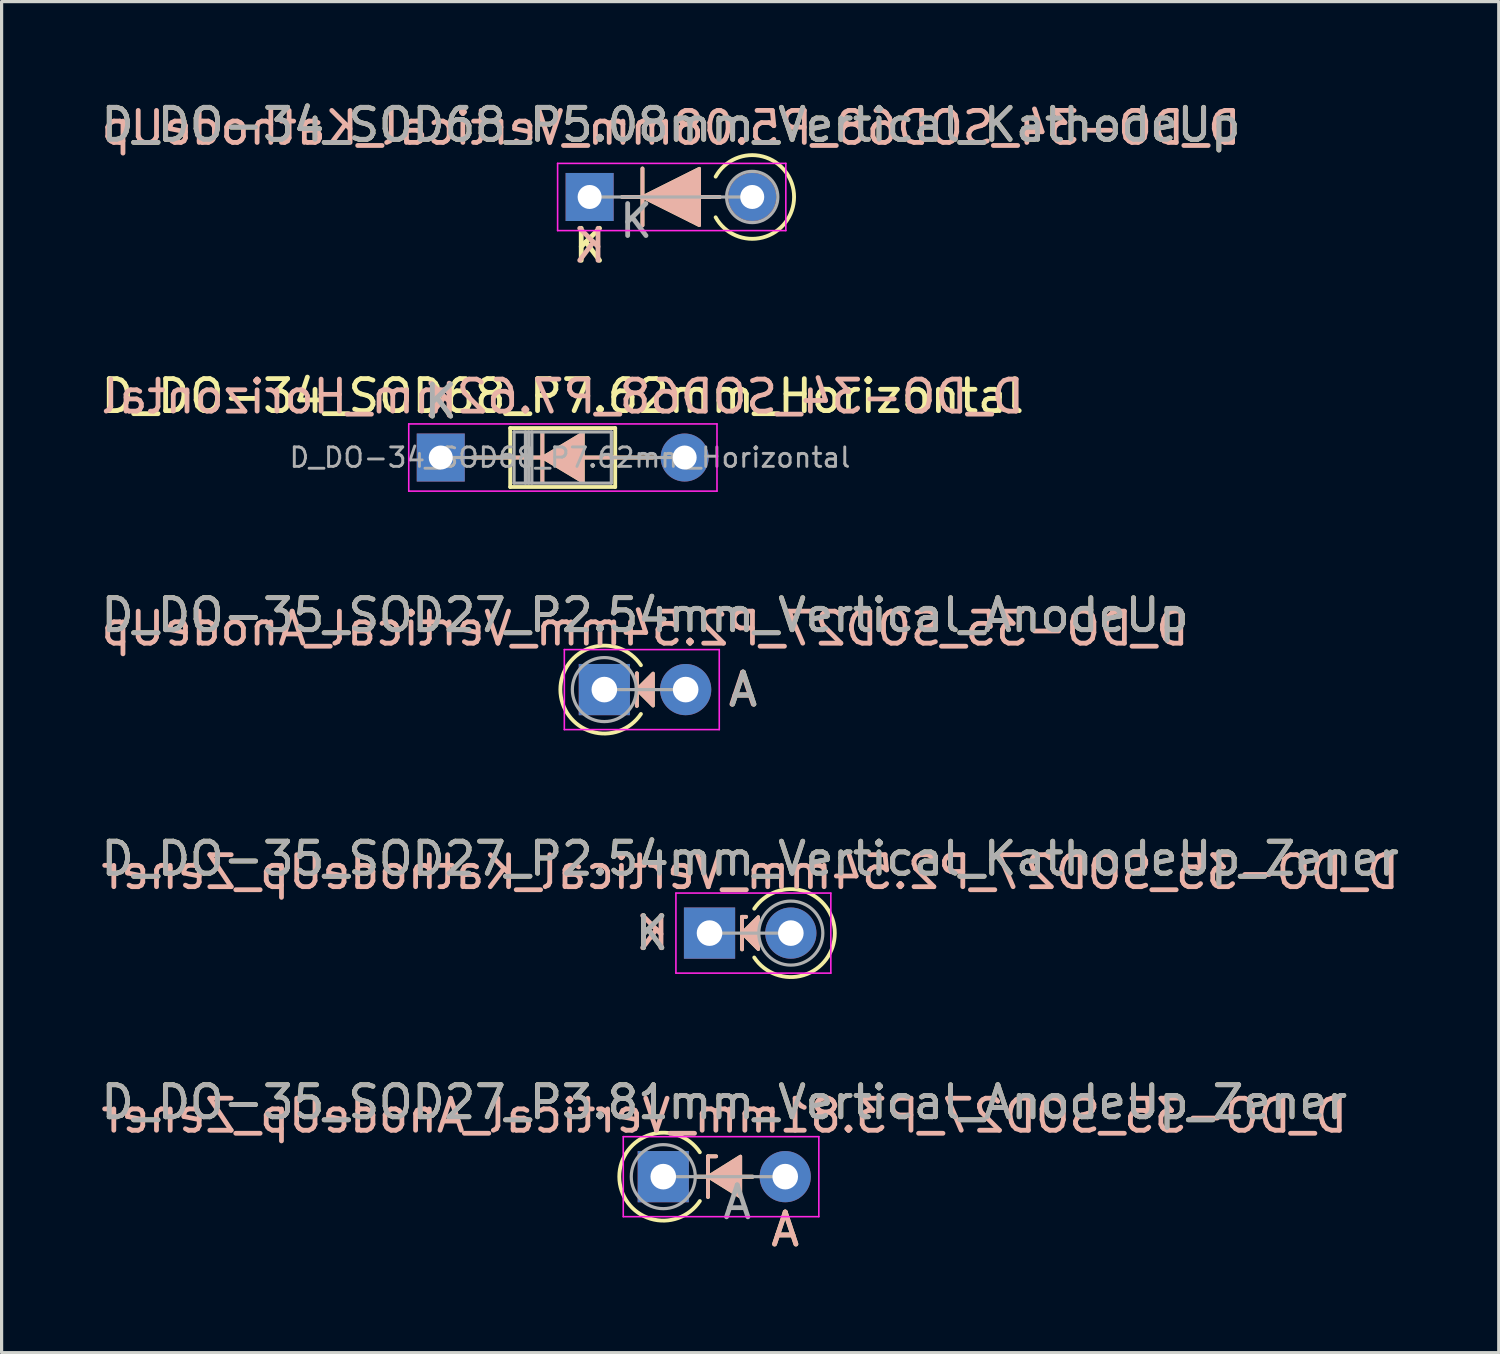
<source format=kicad_pcb>
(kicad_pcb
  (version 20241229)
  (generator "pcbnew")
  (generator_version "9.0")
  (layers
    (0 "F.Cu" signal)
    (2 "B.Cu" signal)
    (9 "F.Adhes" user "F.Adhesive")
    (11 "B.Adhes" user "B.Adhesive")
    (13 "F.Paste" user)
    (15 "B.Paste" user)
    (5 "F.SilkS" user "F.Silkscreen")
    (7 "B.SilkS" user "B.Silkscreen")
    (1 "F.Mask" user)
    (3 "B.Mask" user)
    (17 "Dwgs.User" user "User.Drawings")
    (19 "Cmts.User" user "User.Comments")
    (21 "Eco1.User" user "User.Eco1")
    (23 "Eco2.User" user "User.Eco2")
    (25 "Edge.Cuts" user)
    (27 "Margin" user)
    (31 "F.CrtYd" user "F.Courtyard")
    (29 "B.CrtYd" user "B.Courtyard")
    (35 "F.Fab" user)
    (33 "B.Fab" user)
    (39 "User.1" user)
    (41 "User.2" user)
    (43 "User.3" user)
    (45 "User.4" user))
  (footprint "D_DO-34_SOD68_P7.62mm_Horizontal"
    (layer "F.Cu")
    (at 10.72 11.244)
    (property "Reference" "D_DO-34_SOD68_P7.62mm_Horizontal" (at 3.81 -1.92 0) (layer "F.SilkS") (effects (font (size 1 1) (thickness 0.15))))
    (fp_line (start 0.99 0) (end 2.17 0) (stroke (width 0.12) (type solid)) (layer "F.SilkS"))
    (fp_line (start 2.17 -0.92) (end 2.17 0.92) (stroke (width 0.12) (type solid)) (layer "F.SilkS"))
    (fp_line (start 2.17 0.92) (end 5.45 0.92) (stroke (width 0.12) (type solid)) (layer "F.SilkS"))
    (fp_line (start 3.175 -0.762) (end 3.175 0.762) (stroke (width 0.12) (type solid)) (layer "F.SilkS"))
    (fp_line (start 3.2 0) (end 2.17 0) (stroke (width 0.12) (type solid)) (layer "F.SilkS"))
    (fp_line (start 4.445 0) (end 5.45 0) (stroke (width 0.12) (type solid)) (layer "F.SilkS"))
    (fp_line (start 5.45 -0.92) (end 2.17 -0.92) (stroke (width 0.12) (type solid)) (layer "F.SilkS"))
    (fp_line (start 5.45 0.92) (end 5.45 -0.92) (stroke (width 0.12) (type solid)) (layer "F.SilkS"))
    (fp_line (start 6.63 0) (end 5.45 0) (stroke (width 0.12) (type solid)) (layer "F.SilkS"))
    (fp_poly (pts (xy 4.445 0.762) (xy 3.175 0) (xy 4.445 -0.762)) (stroke (width 0.1) (type solid)) (fill yes) (layer "F.SilkS"))
    (fp_line (start 0.99 0) (end 2.17 0) (stroke (width 0.12) (type solid)) (layer "B.SilkS"))
    (fp_line (start 3.175 0.762) (end 3.175 -0.762) (stroke (width 0.12) (type solid)) (layer "B.SilkS"))
    (fp_line (start 3.2 0) (end 2.17 0) (stroke (width 0.12) (type solid)) (layer "B.SilkS"))
    (fp_line (start 4.445 0) (end 5.45 0) (stroke (width 0.12) (type solid)) (layer "B.SilkS"))
    (fp_line (start 6.63 0) (end 5.45 0) (stroke (width 0.12) (type solid)) (layer "B.SilkS"))
    (fp_poly (pts (xy 4.445 -0.762) (xy 3.175 0) (xy 4.445 0.762)) (stroke (width 0.1) (type solid)) (fill yes) (layer "B.SilkS"))
    (fp_line (start -1 -1.05) (end -1 1.05) (stroke (width 0.05) (type solid)) (layer "F.CrtYd"))
    (fp_line (start -1 1.05) (end 8.63 1.05) (stroke (width 0.05) (type solid)) (layer "F.CrtYd"))
    (fp_line (start 8.63 -1.05) (end -1 -1.05) (stroke (width 0.05) (type solid)) (layer "F.CrtYd"))
    (fp_line (start 8.63 1.05) (end 8.63 -1.05) (stroke (width 0.05) (type solid)) (layer "F.CrtYd"))
    (fp_line (start 0 0) (end 2.29 0) (stroke (width 0.1) (type solid)) (layer "F.Fab"))
    (fp_line (start 2.29 -0.8) (end 2.29 0.8) (stroke (width 0.1) (type solid)) (layer "F.Fab"))
    (fp_line (start 2.29 0.8) (end 5.33 0.8) (stroke (width 0.1) (type solid)) (layer "F.Fab"))
    (fp_line (start 2.646 -0.8) (end 2.646 0.8) (stroke (width 0.1) (type solid)) (layer "F.Fab"))
    (fp_line (start 2.746 -0.8) (end 2.746 0.8) (stroke (width 0.1) (type solid)) (layer "F.Fab"))
    (fp_line (start 2.846 -0.8) (end 2.846 0.8) (stroke (width 0.1) (type solid)) (layer "F.Fab"))
    (fp_line (start 5.33 -0.8) (end 2.29 -0.8) (stroke (width 0.1) (type solid)) (layer "F.Fab"))
    (fp_line (start 5.33 0.8) (end 5.33 -0.8) (stroke (width 0.1) (type solid)) (layer "F.Fab"))
    (fp_line (start 7.62 0) (end 5.33 0) (stroke (width 0.1) (type solid)) (layer "F.Fab"))
    (fp_text user "K" (at 0 -1.75 0) (layer "F.SilkS") (effects (font (size 1 1) (thickness 0.15))))
    (fp_text user "K" (at 0 -1.778 0) (layer "B.SilkS") (effects (font (size 1 1) (thickness 0.15)) (justify mirror)))
    (fp_text user "${REFERENCE}" (at 3.81 -1.905 0) (layer "B.SilkS") (effects (font (size 1 1) (thickness 0.15)) (justify mirror)))
    (fp_text user "K" (at 0 -1.75 0) (layer "F.Fab") (effects (font (size 1 1) (thickness 0.15))))
    (fp_text user "${REFERENCE}" (at 4.038 0 0) (layer "F.Fab") (effects (font (size 0.608 0.608) (thickness 0.091))))
    (pad "1" thru_hole rect (at 0 0) (size 1.5 1.5) (drill 0.75) (layers "*.Cu" "*.Mask"))
    (pad "2" thru_hole oval (at 7.62 0) (size 1.5 1.5) (drill 0.75) (layers "*.Cu" "*.Mask")))
  (footprint "D_DO-35_SOD27_P2.54mm_Vertical_AnodeUp"
    (layer "F.Cu")
    (at 15.831 18.494)
    (property "Reference" "D_DO-35_SOD27_P2.54mm_Vertical_AnodeUp" (at 1.27 -2.326 0) (layer "F.SilkS") (effects (font (size 1 1) (thickness 0.15))))
    (fp_line (start 1.016 -0.508) (end 1.016 0.508) (stroke (width 0.12) (type solid)) (layer "F.SilkS"))
    (fp_arc (start 1.142999 0.761999) (mid -1.373714 0) (end 1.142999 -0.761999) (stroke (width 0.12) (type solid)) (layer "F.SilkS"))
    (fp_poly (pts (xy 1.524 0.508) (xy 1.016 0) (xy 1.524 -0.508)) (stroke (width 0.1) (type solid)) (fill yes) (layer "F.SilkS"))
    (fp_line (start 1.016 0.508) (end 1.016 -0.508) (stroke (width 0.12) (type solid)) (layer "B.SilkS"))
    (fp_poly (pts (xy 1.524 -0.508) (xy 1.016 0) (xy 1.524 0.508)) (stroke (width 0.1) (type solid)) (fill yes) (layer "B.SilkS"))
    (fp_line (start -1.25 -1.25) (end -1.25 1.25) (stroke (width 0.05) (type solid)) (layer "F.CrtYd"))
    (fp_line (start -1.25 1.25) (end 3.59 1.25) (stroke (width 0.05) (type solid)) (layer "F.CrtYd"))
    (fp_line (start 3.59 -1.25) (end -1.25 -1.25) (stroke (width 0.05) (type solid)) (layer "F.CrtYd"))
    (fp_line (start 3.59 1.25) (end 3.59 -1.25) (stroke (width 0.05) (type solid)) (layer "F.CrtYd"))
    (fp_line (start 0 0) (end 2.54 0) (stroke (width 0.1) (type solid)) (layer "F.Fab"))
    (fp_circle (center 0 0) (end 1 0) (stroke (width 0.1) (type solid)) (fill no) (layer "F.Fab"))
    (fp_text user "A" (at 4.34 0 0) (layer "F.SilkS") (effects (font (size 1 1) (thickness 0.15))))
    (fp_text user "${REFERENCE}" (at 1.27 -1.905 0) (layer "B.SilkS") (effects (font (size 1 1) (thickness 0.15)) (justify mirror)))
    (fp_text user "A" (at 4.318 0 0) (layer "B.SilkS") (effects (font (size 1 1) (thickness 0.15)) (justify mirror)))
    (fp_text user "${REFERENCE}" (at 1.27 -2.326 0) (layer "F.Fab") (effects (font (size 1 1) (thickness 0.15))))
    (fp_text user "A" (at 4.34 0 0) (layer "F.Fab") (effects (font (size 1 1) (thickness 0.15))))
    (pad "1" thru_hole rect (at 0 0) (size 1.6 1.6) (drill 0.8) (layers "*.Cu" "*.Mask"))
    (pad "2" thru_hole oval (at 2.54 0) (size 1.6 1.6) (drill 0.8) (layers "*.Cu" "*.Mask")))
  (footprint "D_DO-35_SOD27_P3.81mm_Vertical_AnodeUp_Zener"
    (layer "F.Cu")
    (at 17.672 33.711)
    (property "Reference" "D_DO-35_SOD27_P3.81mm_Vertical_AnodeUp_Zener" (at 1.905 -2.326 0) (layer "F.SilkS") (effects (font (size 1 1) (thickness 0.15))))
    (fp_line (start 1.397 -0.635) (end 1.397 0.635) (stroke (width 0.12) (type solid)) (layer "F.SilkS"))
    (fp_line (start 1.397 -0.635) (end 1.651 -0.635) (stroke (width 0.12) (type solid)) (layer "F.SilkS"))
    (fp_line (start 2.794 0) (end 1.016 0) (stroke (width 0.12) (type solid)) (layer "F.SilkS"))
    (fp_arc (start 1.142999 0.761999) (mid -1.373714 0) (end 1.142999 -0.761999) (stroke (width 0.12) (type solid)) (layer "F.SilkS"))
    (fp_poly (pts (xy 2.413 0.635) (xy 1.397 0) (xy 2.413 -0.635)) (stroke (width 0.1) (type solid)) (fill yes) (layer "F.SilkS"))
    (fp_line (start 1.397 -0.635) (end 1.651 -0.635) (stroke (width 0.12) (type solid)) (layer "B.SilkS"))
    (fp_line (start 1.397 0.635) (end 1.397 -0.635) (stroke (width 0.12) (type solid)) (layer "B.SilkS"))
    (fp_line (start 2.794 0) (end 1.016 0) (stroke (width 0.12) (type solid)) (layer "B.SilkS"))
    (fp_poly (pts (xy 2.413 -0.635) (xy 1.397 0) (xy 2.413 0.635)) (stroke (width 0.1) (type solid)) (fill yes) (layer "B.SilkS"))
    (fp_line (start -1.25 -1.25) (end -1.25 1.25) (stroke (width 0.05) (type solid)) (layer "F.CrtYd"))
    (fp_line (start -1.25 1.25) (end 4.86 1.25) (stroke (width 0.05) (type solid)) (layer "F.CrtYd"))
    (fp_line (start 4.86 -1.25) (end -1.25 -1.25) (stroke (width 0.05) (type solid)) (layer "F.CrtYd"))
    (fp_line (start 4.86 1.25) (end 4.86 -1.25) (stroke (width 0.05) (type solid)) (layer "F.CrtYd"))
    (fp_line (start 0 0) (end 3.81 0) (stroke (width 0.1) (type solid)) (layer "F.Fab"))
    (fp_circle (center 0 0) (end 1 0) (stroke (width 0.1) (type solid)) (fill no) (layer "F.Fab"))
    (fp_text user "A" (at 3.81 1.651 0) (layer "F.SilkS") (effects (font (size 1 1) (thickness 0.15))))
    (fp_text user "A" (at 3.81 1.651 0) (layer "B.SilkS") (effects (font (size 1 1) (thickness 0.15)) (justify mirror)))
    (fp_text user "${REFERENCE}" (at 1.905 -1.905 0) (layer "B.SilkS") (effects (font (size 1 1) (thickness 0.15)) (justify mirror)))
    (fp_text user "${REFERENCE}" (at 1.905 -2.326 0) (layer "F.Fab") (effects (font (size 1 1) (thickness 0.15))))
    (fp_text user "A" (at 2.31 0.8 0) (layer "F.Fab") (effects (font (size 1 1) (thickness 0.15))))
    (pad "1" thru_hole rect (at 0 0) (size 1.6 1.6) (drill 0.8) (layers "*.Cu" "*.Mask"))
    (pad "2" thru_hole oval (at 3.81 0) (size 1.6 1.6) (drill 0.8) (layers "*.Cu" "*.Mask")))
  (footprint "D_DO-34_SOD68_P5.08mm_Vertical_KathodeUp"
    (layer "F.Cu")
    (at 15.371 3.104)
    (property "Reference" "D_DO-34_SOD68_P5.08mm_Vertical_KathodeUp" (at 2.54 -2.256 0) (layer "F.SilkS") (effects (font (size 1 1) (thickness 0.15))))
    (fp_line (start 1.651 0.889) (end 1.651 -0.889) (stroke (width 0.12) (type solid)) (layer "F.SilkS"))
    (fp_line (start 4.064 0) (end 1.016 0) (stroke (width 0.12) (type solid)) (layer "F.SilkS"))
    (fp_arc (start 3.937 -0.634999) (mid 6.387543 0.000001) (end 3.937 0.635) (stroke (width 0.12) (type solid)) (layer "F.SilkS"))
    (fp_poly (pts (xy 3.429 0.889) (xy 1.651 0) (xy 3.429 -0.889)) (stroke (width 0.1) (type solid)) (fill yes) (layer "F.SilkS"))
    (fp_line (start 1.651 -0.889) (end 1.651 0.889) (stroke (width 0.12) (type solid)) (layer "B.SilkS"))
    (fp_line (start 4.064 0) (end 1.016 0) (stroke (width 0.12) (type solid)) (layer "B.SilkS"))
    (fp_poly (pts (xy 3.429 -0.889) (xy 1.651 0) (xy 3.429 0.889)) (stroke (width 0.1) (type solid)) (fill yes) (layer "B.SilkS"))
    (fp_line (start -1 -1.05) (end -1 1.05) (stroke (width 0.05) (type solid)) (layer "F.CrtYd"))
    (fp_line (start -1 1.05) (end 6.13 1.05) (stroke (width 0.05) (type solid)) (layer "F.CrtYd"))
    (fp_line (start 6.13 -1.05) (end -1 -1.05) (stroke (width 0.05) (type solid)) (layer "F.CrtYd"))
    (fp_line (start 6.13 1.05) (end 6.13 -1.05) (stroke (width 0.05) (type solid)) (layer "F.CrtYd"))
    (fp_line (start 0 0) (end 5.08 0) (stroke (width 0.1) (type solid)) (layer "F.Fab"))
    (fp_circle (center 5.08 0) (end 5.88 0) (stroke (width 0.1) (type solid)) (fill no) (layer "F.Fab"))
    (fp_text user "K" (at 0 1.524 0) (layer "F.SilkS") (effects (font (size 1 1) (thickness 0.15))))
    (fp_text user "${REFERENCE}" (at 2.54 -2.159 0) (layer "B.SilkS") (effects (font (size 1 1) (thickness 0.15)) (justify mirror)))
    (fp_text user "K" (at 0 1.524 0) (layer "B.SilkS") (effects (font (size 1 1) (thickness 0.15)) (justify mirror)))
    (fp_text user "${REFERENCE}" (at 2.54 -2.256 0) (layer "F.Fab") (effects (font (size 1 1) (thickness 0.15))))
    (fp_text user "K" (at 1.45 0.75 0) (layer "F.Fab") (effects (font (size 1 1) (thickness 0.15))))
    (pad "1" thru_hole rect (at 0 0) (size 1.5 1.5) (drill 0.75) (layers "*.Cu" "*.Mask"))
    (pad "2" thru_hole oval (at 5.08 0) (size 1.5 1.5) (drill 0.75) (layers "*.Cu" "*.Mask")))
  (footprint "D_DO-35_SOD27_P2.54mm_Vertical_KathodeUp_Zener"
    (layer "F.Cu")
    (at 19.117 26.102)
    (property "Reference" "D_DO-35_SOD27_P2.54mm_Vertical_KathodeUp_Zener" (at 1.27 -2.326 0) (layer "F.SilkS") (effects (font (size 1 1) (thickness 0.15))))
    (fp_line (start 1.016 -0.508) (end 1.016 0.508) (stroke (width 0.12) (type solid)) (layer "F.SilkS"))
    (fp_line (start 1.016 -0.508) (end 1.143 -0.508) (stroke (width 0.12) (type solid)) (layer "F.SilkS"))
    (fp_arc (start 1.397 -0.761998) (mid 3.913713 0.000001) (end 1.397 0.762) (stroke (width 0.12) (type solid)) (layer "F.SilkS"))
    (fp_poly (pts (xy 1.524 0.508) (xy 1.016 0) (xy 1.524 -0.508)) (stroke (width 0.1) (type solid)) (fill yes) (layer "F.SilkS"))
    (fp_line (start 1.016 -0.508) (end 1.143 -0.508) (stroke (width 0.12) (type solid)) (layer "B.SilkS"))
    (fp_line (start 1.016 0.508) (end 1.016 -0.508) (stroke (width 0.12) (type solid)) (layer "B.SilkS"))
    (fp_poly (pts (xy 1.524 -0.508) (xy 1.016 0) (xy 1.524 0.508)) (stroke (width 0.1) (type solid)) (fill yes) (layer "B.SilkS"))
    (fp_line (start -1.05 -1.25) (end -1.05 1.25) (stroke (width 0.05) (type solid)) (layer "F.CrtYd"))
    (fp_line (start -1.05 1.25) (end 3.79 1.25) (stroke (width 0.05) (type solid)) (layer "F.CrtYd"))
    (fp_line (start 3.79 -1.25) (end -1.05 -1.25) (stroke (width 0.05) (type solid)) (layer "F.CrtYd"))
    (fp_line (start 3.79 1.25) (end 3.79 -1.25) (stroke (width 0.05) (type solid)) (layer "F.CrtYd"))
    (fp_line (start 0 0) (end 2.54 0) (stroke (width 0.1) (type solid)) (layer "F.Fab"))
    (fp_circle (center 2.54 0) (end 3.54 0) (stroke (width 0.1) (type solid)) (fill no) (layer "F.Fab"))
    (fp_text user "K" (at -1.8 0 0) (layer "F.SilkS") (effects (font (size 1 1) (thickness 0.15))))
    (fp_text user "K" (at -1.778 0 0) (layer "B.SilkS") (effects (font (size 1 1) (thickness 0.15)) (justify mirror)))
    (fp_text user "${REFERENCE}" (at 1.27 -1.905 0) (layer "B.SilkS") (effects (font (size 1 1) (thickness 0.15)) (justify mirror)))
    (fp_text user "K" (at -1.8 0 0) (layer "F.Fab") (effects (font (size 1 1) (thickness 0.15))))
    (fp_text user "${REFERENCE}" (at 1.27 -2.326 0) (layer "F.Fab") (effects (font (size 1 1) (thickness 0.15))))
    (pad "1" thru_hole rect (at 0 0) (size 1.6 1.6) (drill 0.8) (layers "*.Cu" "*.Mask"))
    (pad "2" thru_hole oval (at 2.54 0) (size 1.6 1.6) (drill 0.8) (layers "*.Cu" "*.Mask")))
  (gr_rect
    (start -3 -3)
    (end 43.774 39.21)
    (stroke (width 0.1) (type default))
    (fill no)
    (layer "Edge.Cuts")))
</source>
